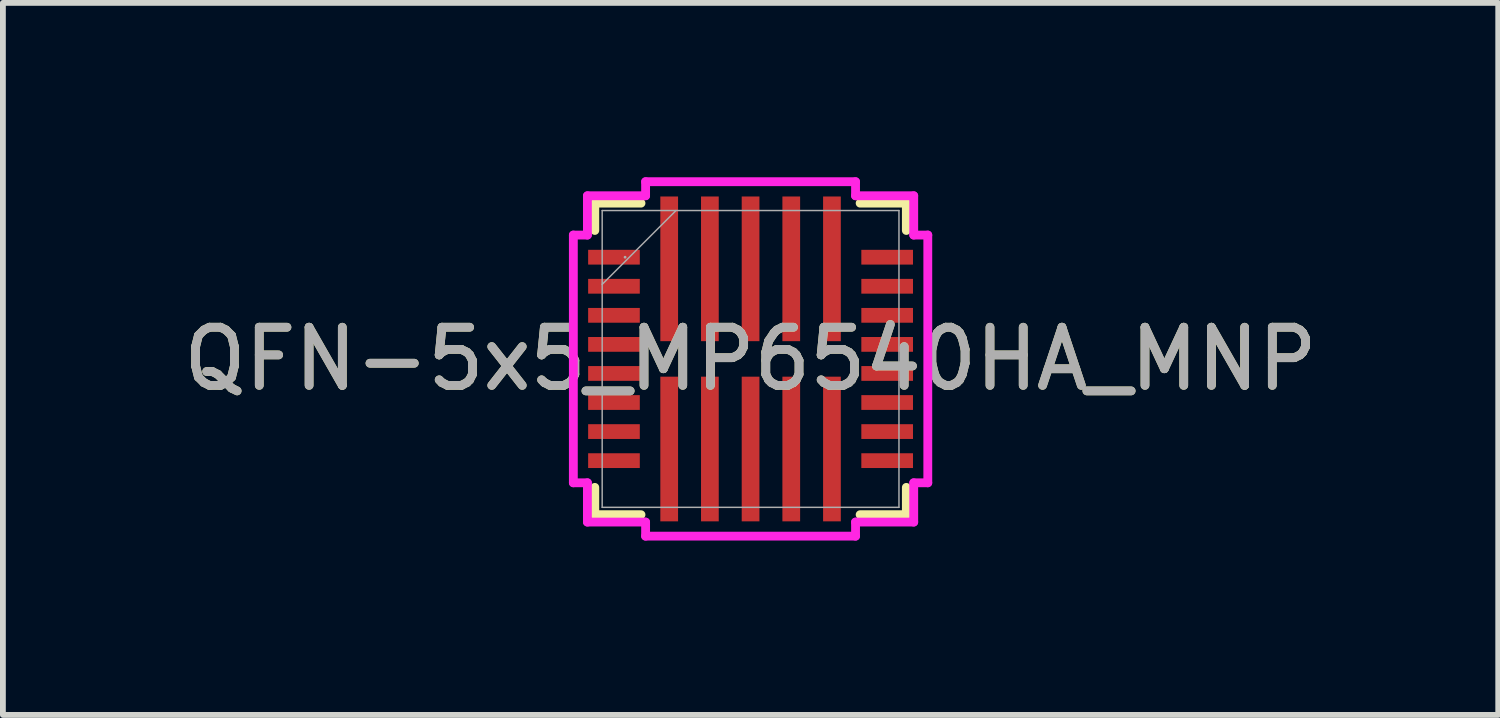
<source format=kicad_pcb>
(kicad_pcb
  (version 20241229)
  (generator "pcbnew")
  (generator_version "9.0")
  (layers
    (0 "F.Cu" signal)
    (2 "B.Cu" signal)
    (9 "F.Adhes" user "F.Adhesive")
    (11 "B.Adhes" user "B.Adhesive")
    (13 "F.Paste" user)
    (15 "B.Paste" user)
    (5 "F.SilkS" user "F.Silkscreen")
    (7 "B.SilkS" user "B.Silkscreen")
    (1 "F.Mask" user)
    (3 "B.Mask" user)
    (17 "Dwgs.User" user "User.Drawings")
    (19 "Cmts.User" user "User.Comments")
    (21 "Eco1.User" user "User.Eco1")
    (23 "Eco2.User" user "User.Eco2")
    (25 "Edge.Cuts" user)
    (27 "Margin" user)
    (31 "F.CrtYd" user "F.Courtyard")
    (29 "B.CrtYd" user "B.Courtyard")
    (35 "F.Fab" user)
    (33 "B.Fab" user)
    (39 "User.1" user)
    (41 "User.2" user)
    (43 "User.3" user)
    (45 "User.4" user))
  (footprint "QFN-5x5_MP6540HA_MNP"
    (layer "F.Cu")
    (at 9.863 3.125)
    (property "Reference" "QFN-5x5_MP6540HA_MNP" (at 0 0 0) (unlocked yes) (layer "F.SilkS") (effects (font (size 1 1) (thickness 0.15))))
    (attr smd)
    (fp_line (start -2.68 -2.68) (end -1.885 -2.68) (stroke (width 0.152) (type solid)) (layer "F.SilkS"))
    (fp_line (start -2.68 -2.21) (end -2.68 -2.68) (stroke (width 0.152) (type solid)) (layer "F.SilkS"))
    (fp_line (start -2.68 2.68) (end -2.68 2.21) (stroke (width 0.152) (type solid)) (layer "F.SilkS"))
    (fp_line (start -1.885 2.68) (end -2.68 2.68) (stroke (width 0.152) (type solid)) (layer "F.SilkS"))
    (fp_line (start 1.885 -2.68) (end 2.68 -2.68) (stroke (width 0.152) (type solid)) (layer "F.SilkS"))
    (fp_line (start 2.68 -2.68) (end 2.68 -2.21) (stroke (width 0.152) (type solid)) (layer "F.SilkS"))
    (fp_line (start 2.68 2.21) (end 2.68 2.68) (stroke (width 0.152) (type solid)) (layer "F.SilkS"))
    (fp_line (start 2.68 2.68) (end 1.885 2.68) (stroke (width 0.152) (type solid)) (layer "F.SilkS"))
    (fp_poly (pts (xy -1.805 -1.17) (xy -1.805 -0.1) (xy -0.735 -0.1) (xy -0.735 -1.17)) (stroke (width 0) (type solid)) (fill yes) (layer "F.Paste"))
    (fp_poly (pts (xy -1.805 -1.17) (xy -1.805 -0.1) (xy -0.735 -0.1) (xy -0.735 -1.17)) (stroke (width 0) (type solid)) (fill yes) (layer "F.Paste"))
    (fp_poly (pts (xy -1.805 0.1) (xy -1.805 1.17) (xy -0.735 1.17) (xy -0.735 0.1)) (stroke (width 0) (type solid)) (fill yes) (layer "F.Paste"))
    (fp_poly (pts (xy -1.805 0.1) (xy -1.805 1.17) (xy -0.735 1.17) (xy -0.735 0.1)) (stroke (width 0) (type solid)) (fill yes) (layer "F.Paste"))
    (fp_poly (pts (xy -0.535 -1.17) (xy -0.535 -0.1) (xy 0.535 -0.1) (xy 0.535 -1.17)) (stroke (width 0) (type solid)) (fill yes) (layer "F.Paste"))
    (fp_poly (pts (xy -0.535 -1.17) (xy -0.535 -0.1) (xy 0.535 -0.1) (xy 0.535 -1.17)) (stroke (width 0) (type solid)) (fill yes) (layer "F.Paste"))
    (fp_poly (pts (xy -0.535 0.1) (xy -0.535 1.17) (xy 0.535 1.17) (xy 0.535 0.1)) (stroke (width 0) (type solid)) (fill yes) (layer "F.Paste"))
    (fp_poly (pts (xy -0.535 0.1) (xy -0.535 1.17) (xy 0.535 1.17) (xy 0.535 0.1)) (stroke (width 0) (type solid)) (fill yes) (layer "F.Paste"))
    (fp_poly (pts (xy 0.735 -1.17) (xy 0.735 -0.1) (xy 1.805 -0.1) (xy 1.805 -1.17)) (stroke (width 0) (type solid)) (fill yes) (layer "F.Paste"))
    (fp_poly (pts (xy 0.735 -1.17) (xy 0.735 -0.1) (xy 1.805 -0.1) (xy 1.805 -1.17)) (stroke (width 0) (type solid)) (fill yes) (layer "F.Paste"))
    (fp_poly (pts (xy 0.735 0.1) (xy 0.735 1.17) (xy 1.805 1.17) (xy 1.805 0.1)) (stroke (width 0) (type solid)) (fill yes) (layer "F.Paste"))
    (fp_poly (pts (xy 0.735 0.1) (xy 0.735 1.17) (xy 1.805 1.17) (xy 1.805 0.1)) (stroke (width 0) (type solid)) (fill yes) (layer "F.Paste"))
    (fp_line (start -3.049 -2.131) (end -3.049 2.131) (stroke (width 0.152) (type solid)) (layer "F.CrtYd"))
    (fp_line (start -3.049 2.131) (end -2.807 2.131) (stroke (width 0.152) (type solid)) (layer "F.CrtYd"))
    (fp_line (start -2.807 -2.807) (end -2.807 -2.131) (stroke (width 0.152) (type solid)) (layer "F.CrtYd"))
    (fp_line (start -2.807 -2.131) (end -3.049 -2.131) (stroke (width 0.152) (type solid)) (layer "F.CrtYd"))
    (fp_line (start -2.807 2.131) (end -2.807 2.807) (stroke (width 0.152) (type solid)) (layer "F.CrtYd"))
    (fp_line (start -2.807 2.807) (end -1.806 2.807) (stroke (width 0.152) (type solid)) (layer "F.CrtYd"))
    (fp_line (start -1.806 -3.049) (end -1.806 -2.807) (stroke (width 0.152) (type solid)) (layer "F.CrtYd"))
    (fp_line (start -1.806 -2.807) (end -2.807 -2.807) (stroke (width 0.152) (type solid)) (layer "F.CrtYd"))
    (fp_line (start -1.806 2.807) (end -1.806 3.049) (stroke (width 0.152) (type solid)) (layer "F.CrtYd"))
    (fp_line (start -1.806 3.049) (end 1.806 3.049) (stroke (width 0.152) (type solid)) (layer "F.CrtYd"))
    (fp_line (start 1.806 -3.049) (end -1.806 -3.049) (stroke (width 0.152) (type solid)) (layer "F.CrtYd"))
    (fp_line (start 1.806 -2.807) (end 1.806 -3.049) (stroke (width 0.152) (type solid)) (layer "F.CrtYd"))
    (fp_line (start 1.806 2.807) (end 2.807 2.807) (stroke (width 0.152) (type solid)) (layer "F.CrtYd"))
    (fp_line (start 1.806 3.049) (end 1.806 2.807) (stroke (width 0.152) (type solid)) (layer "F.CrtYd"))
    (fp_line (start 2.807 -2.807) (end 1.806 -2.807) (stroke (width 0.152) (type solid)) (layer "F.CrtYd"))
    (fp_line (start 2.807 -2.131) (end 2.807 -2.807) (stroke (width 0.152) (type solid)) (layer "F.CrtYd"))
    (fp_line (start 2.807 2.131) (end 3.049 2.131) (stroke (width 0.152) (type solid)) (layer "F.CrtYd"))
    (fp_line (start 2.807 2.807) (end 2.807 2.131) (stroke (width 0.152) (type solid)) (layer "F.CrtYd"))
    (fp_line (start 3.049 -2.131) (end 2.807 -2.131) (stroke (width 0.152) (type solid)) (layer "F.CrtYd"))
    (fp_line (start 3.049 2.131) (end 3.049 -2.131) (stroke (width 0.152) (type solid)) (layer "F.CrtYd"))
    (fp_line (start -2.553 -2.553) (end -2.553 2.553) (stroke (width 0.025) (type solid)) (layer "F.Fab"))
    (fp_line (start -2.553 -1.283) (end -1.283 -2.553) (stroke (width 0.025) (type solid)) (layer "F.Fab"))
    (fp_line (start -2.553 2.553) (end 2.553 2.553) (stroke (width 0.025) (type solid)) (layer "F.Fab"))
    (fp_line (start 2.553 -2.553) (end -2.553 -2.553) (stroke (width 0.025) (type solid)) (layer "F.Fab"))
    (fp_line (start 2.553 2.553) (end 2.553 -2.553) (stroke (width 0.025) (type solid)) (layer "F.Fab"))
    (fp_circle (center -2.159 -1.75) (end -2.159 -1.75) (stroke (width 0.025) (type solid)) (fill no) (layer "F.Fab"))
    (fp_text user "${REFERENCE}" (at 0 0 0) (unlocked yes) (layer "F.Fab") (effects (font (size 1 1) (thickness 0.15))))
    (pad "1" smd rect (at -2.35 -1.75) (size 0.889 0.254) (layers "F.Cu" "F.Mask" "F.Paste"))
    (pad "2" smd rect (at -2.35 -1.25) (size 0.889 0.254) (layers "F.Cu" "F.Mask" "F.Paste"))
    (pad "3" smd rect (at -2.35 -0.75) (size 0.889 0.254) (layers "F.Cu" "F.Mask" "F.Paste"))
    (pad "4" smd rect (at -2.35 -0.25) (size 0.889 0.254) (layers "F.Cu" "F.Mask" "F.Paste"))
    (pad "5" smd rect (at -2.35 0.25) (size 0.889 0.254) (layers "F.Cu" "F.Mask" "F.Paste"))
    (pad "6" smd rect (at -2.35 0.75) (size 0.889 0.254) (layers "F.Cu" "F.Mask" "F.Paste"))
    (pad "7" smd rect (at -2.35 1.25) (size 0.889 0.254) (layers "F.Cu" "F.Mask" "F.Paste"))
    (pad "8" smd rect (at -2.35 1.75) (size 0.889 0.254) (layers "F.Cu" "F.Mask" "F.Paste"))
    (pad "9" smd rect (at -1.4 1.55 90) (size 2.489 0.305) (layers "F.Cu" "F.Mask" "F.Paste"))
    (pad "10" smd rect (at -0.7 1.55 90) (size 2.489 0.305) (layers "F.Cu" "F.Mask" "F.Paste"))
    (pad "11" smd rect (at 0 1.55 90) (size 2.489 0.305) (layers "F.Cu" "F.Mask" "F.Paste"))
    (pad "12" smd rect (at 0.7 1.55 90) (size 2.489 0.305) (layers "F.Cu" "F.Mask" "F.Paste"))
    (pad "13" smd rect (at 1.4 1.55 90) (size 2.489 0.305) (layers "F.Cu" "F.Mask" "F.Paste"))
    (pad "14" smd rect (at 2.35 1.75) (size 0.889 0.254) (layers "F.Cu" "F.Mask" "F.Paste"))
    (pad "15" smd rect (at 2.35 1.25) (size 0.889 0.254) (layers "F.Cu" "F.Mask" "F.Paste"))
    (pad "16" smd rect (at 2.35 0.75) (size 0.889 0.254) (layers "F.Cu" "F.Mask" "F.Paste"))
    (pad "17" smd rect (at 2.35 0.25) (size 0.889 0.254) (layers "F.Cu" "F.Mask" "F.Paste"))
    (pad "18" smd rect (at 2.35 -0.25) (size 0.889 0.254) (layers "F.Cu" "F.Mask" "F.Paste"))
    (pad "19" smd rect (at 2.35 -0.75) (size 0.889 0.254) (layers "F.Cu" "F.Mask" "F.Paste"))
    (pad "20" smd rect (at 2.35 -1.25) (size 0.889 0.254) (layers "F.Cu" "F.Mask" "F.Paste"))
    (pad "21" smd rect (at 2.35 -1.75) (size 0.889 0.254) (layers "F.Cu" "F.Mask" "F.Paste"))
    (pad "22" smd rect (at 1.4 -1.55 90) (size 2.489 0.305) (layers "F.Cu" "F.Mask" "F.Paste"))
    (pad "23" smd rect (at 0.7 -1.55 90) (size 2.489 0.305) (layers "F.Cu" "F.Mask" "F.Paste"))
    (pad "24" smd rect (at 0 -1.55 90) (size 2.489 0.305) (layers "F.Cu" "F.Mask" "F.Paste"))
    (pad "25" smd rect (at -0.7 -1.55 90) (size 2.489 0.305) (layers "F.Cu" "F.Mask" "F.Paste"))
    (pad "26" smd rect (at -1.4 -1.55 90) (size 2.489 0.305) (layers "F.Cu" "F.Mask" "F.Paste")))
  (gr_rect
    (start -3 -3)
    (end 22.726 9.25)
    (stroke (width 0.1) (type default))
    (fill no)
    (layer "Edge.Cuts")))
</source>
